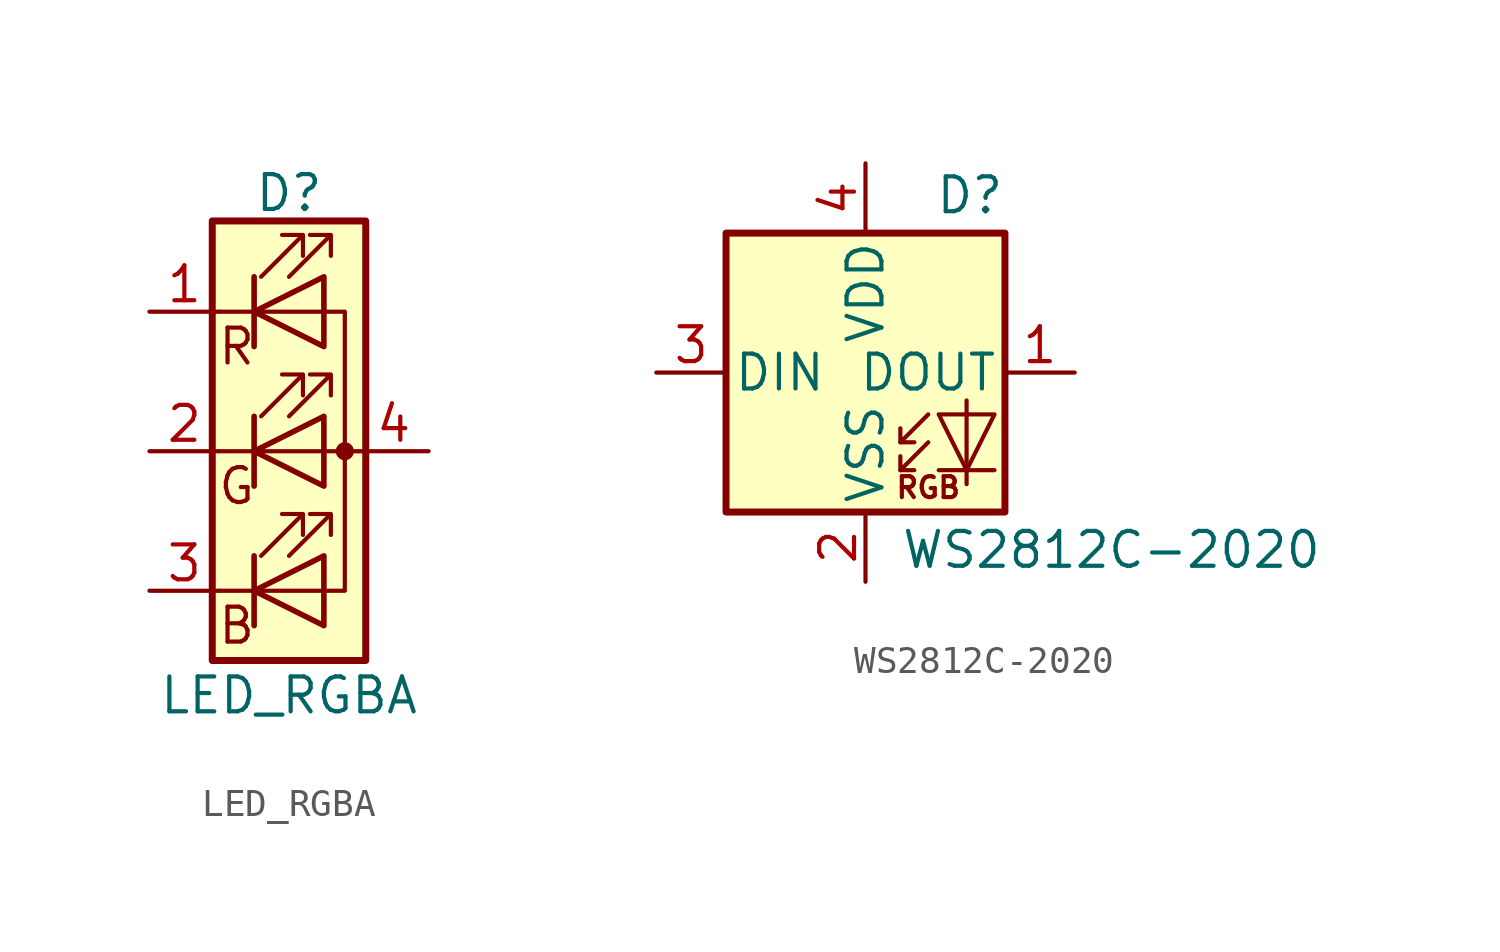
<source format=kicad_sym>
(kicad_symbol_lib
  (version 20241209)
  (generator "kicad_symbol_editor")
  (generator_version "9.0")
  (symbol "LED_RGBA"
    (pin_names
      (offset 0)
      (hide yes))
    (property "Reference" "D"
      (at 0 9.398 0)
      (effects (font (size 1.27 1.27))))
    (property "Value" "LED_RGBA"
      (at 0 -8.89 0)
      (effects (font (size 1.27 1.27))))
    (symbol "LED_RGBA_0_0"
      (text "R" (at -1.905 3.81 0) (effects (font (size 1.27 1.27))))
      (text "G" (at -1.905 -1.27 0) (effects (font (size 1.27 1.27))))
      (text "B" (at -1.905 -6.35 0) (effects (font (size 1.27 1.27)))))
    (symbol "LED_RGBA_0_1"
      (polyline (pts (xy -2.54 -5.08) (xy 1.27 -5.08)) (stroke (width 0) (type default)) (fill (type none)))
      (polyline (pts (xy -1.27 6.35) (xy -1.27 3.81)) (stroke (width 0.203) (type default)) (fill (type none)))
      (polyline (pts (xy -1.27 1.27) (xy -1.27 -1.27)) (stroke (width 0.203) (type default)) (fill (type none)))
      (polyline (pts (xy -1.27 -3.81) (xy -1.27 -6.35)) (stroke (width 0.203) (type default)) (fill (type none)))
      (polyline (pts (xy -1.016 6.35) (xy 0.508 7.874) (xy -0.254 7.874) (xy 0.508 7.874) (xy 0.508 7.112)) (stroke (width 0) (type default)) (fill (type none)))
      (polyline (pts (xy -1.016 1.27) (xy 0.508 2.794) (xy -0.254 2.794) (xy 0.508 2.794) (xy 0.508 2.032)) (stroke (width 0) (type default)) (fill (type none)))
      (polyline (pts (xy -1.016 -3.81) (xy 0.508 -2.286) (xy -0.254 -2.286) (xy 0.508 -2.286) (xy 0.508 -3.048)) (stroke (width 0) (type default)) (fill (type none)))
      (polyline (pts (xy 0 6.35) (xy 1.524 7.874) (xy 0.762 7.874) (xy 1.524 7.874) (xy 1.524 7.112)) (stroke (width 0) (type default)) (fill (type none)))
      (polyline (pts (xy 0 1.27) (xy 1.524 2.794) (xy 0.762 2.794) (xy 1.524 2.794) (xy 1.524 2.032)) (stroke (width 0) (type default)) (fill (type none)))
      (polyline (pts (xy 0 -3.81) (xy 1.524 -2.286) (xy 0.762 -2.286) (xy 1.524 -2.286) (xy 1.524 -3.048)) (stroke (width 0) (type default)) (fill (type none)))
      (polyline (pts (xy 1.27 6.35) (xy 1.27 3.81) (xy -1.27 5.08) (xy 1.27 6.35)) (stroke (width 0.203) (type default)) (fill (type none)))
      (rectangle (start 1.27 6.35) (end 1.27 6.35) (stroke (width 0) (type default)) (fill (type none)))
      (polyline (pts (xy 1.27 5.08) (xy -2.54 5.08)) (stroke (width 0) (type default)) (fill (type none)))
      (polyline (pts (xy 1.27 1.27) (xy 1.27 -1.27) (xy -1.27 0) (xy 1.27 1.27)) (stroke (width 0.203) (type default)) (fill (type none)))
      (polyline (pts (xy 1.27 -3.81) (xy 1.27 -6.35) (xy -1.27 -5.08) (xy 1.27 -3.81)) (stroke (width 0.203) (type default)) (fill (type none)))
      (polyline (pts (xy 1.27 -5.08) (xy 2.032 -5.08) (xy 2.032 5.08) (xy 1.27 5.08)) (stroke (width 0) (type default)) (fill (type none)))
      (circle (center 2.032 0) (radius 0.254) (stroke (width 0) (type default)) (fill (type outline)))
      (polyline (pts (xy 2.54 0) (xy -2.54 0)) (stroke (width 0) (type default)) (fill (type none)))
      (rectangle (start 2.794 8.382) (end -2.794 -7.62) (stroke (width 0.254) (type default)) (fill (type background))))
    (symbol "LED_RGBA_1_1"
      (pin passive line (at -5.08 5.08 0) (length 2.54) (name "RK" (effects (font (size 1.27 1.27)))) (number "1" (effects (font (size 1.27 1.27)))))
      (pin passive line (at -5.08 0 0) (length 2.54) (name "GK" (effects (font (size 1.27 1.27)))) (number "2" (effects (font (size 1.27 1.27)))))
      (pin passive line (at -5.08 -5.08 0) (length 2.54) (name "BK" (effects (font (size 1.27 1.27)))) (number "3" (effects (font (size 1.27 1.27)))))
      (pin passive line (at 5.08 0 180) (length 2.54) (name "A" (effects (font (size 1.27 1.27)))) (number "4" (effects (font (size 1.27 1.27)))))))
  (symbol "WS2812C-2020"
    (pin_names
      (offset 0.254))
    (property "Reference" "D"
      (at 5.08 5.715 0)
      (effects (font (size 1.27 1.27)) (justify right bottom)))
    (property "Value" "WS2812C-2020"
      (at 1.27 -5.715 0)
      (effects (font (size 1.27 1.27)) (justify left top)))
    (symbol "WS2812C-2020_0_0"
      (text "RGB" (at 2.286 -4.191 0) (effects (font (size 0.762 0.762)))))
    (symbol "WS2812C-2020_0_1"
      (polyline (pts (xy 1.27 -2.54) (xy 1.778 -2.54)) (stroke (width 0) (type default)) (fill (type none)))
      (polyline (pts (xy 1.27 -3.556) (xy 1.778 -3.556)) (stroke (width 0) (type default)) (fill (type none)))
      (polyline (pts (xy 2.286 -1.524) (xy 1.27 -2.54) (xy 1.27 -2.032)) (stroke (width 0) (type default)) (fill (type none)))
      (polyline (pts (xy 2.286 -2.54) (xy 1.27 -3.556) (xy 1.27 -3.048)) (stroke (width 0) (type default)) (fill (type none)))
      (polyline (pts (xy 3.683 -1.016) (xy 3.683 -3.556) (xy 3.683 -4.064)) (stroke (width 0) (type default)) (fill (type none)))
      (polyline (pts (xy 4.699 -1.524) (xy 2.667 -1.524) (xy 3.683 -3.556) (xy 4.699 -1.524)) (stroke (width 0) (type default)) (fill (type none)))
      (polyline (pts (xy 4.699 -3.556) (xy 2.667 -3.556)) (stroke (width 0) (type default)) (fill (type none)))
      (rectangle (start 5.08 5.08) (end -5.08 -5.08) (stroke (width 0.254) (type default)) (fill (type background))))
    (symbol "WS2812C-2020_1_1"
      (pin input line (at -7.62 0 0) (length 2.54) (name "DIN" (effects (font (size 1.27 1.27)))) (number "3" (effects (font (size 1.27 1.27)))))
      (pin power_in line (at 0 7.62 270) (length 2.54) (name "VDD" (effects (font (size 1.27 1.27)))) (number "4" (effects (font (size 1.27 1.27)))))
      (pin power_in line (at 0 -7.62 90) (length 2.54) (name "VSS" (effects (font (size 1.27 1.27)))) (number "2" (effects (font (size 1.27 1.27)))))
      (pin output line (at 7.62 0 180) (length 2.54) (name "DOUT" (effects (font (size 1.27 1.27)))) (number "1" (effects (font (size 1.27 1.27))))))))
</source>
